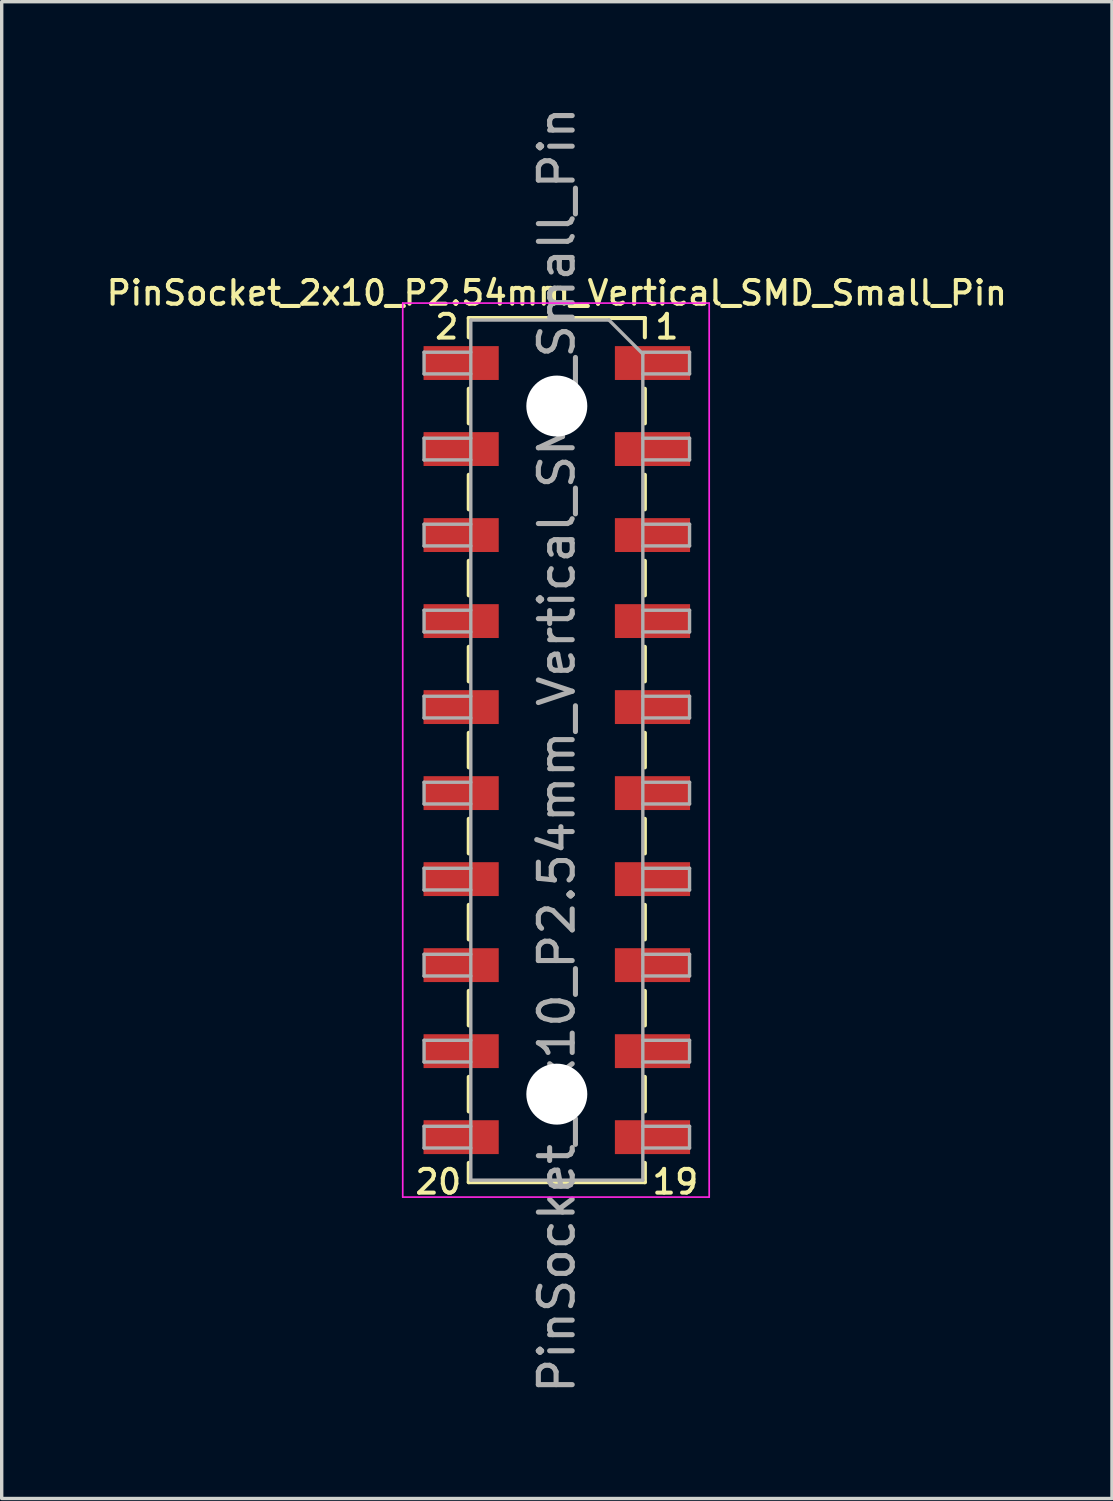
<source format=kicad_pcb>
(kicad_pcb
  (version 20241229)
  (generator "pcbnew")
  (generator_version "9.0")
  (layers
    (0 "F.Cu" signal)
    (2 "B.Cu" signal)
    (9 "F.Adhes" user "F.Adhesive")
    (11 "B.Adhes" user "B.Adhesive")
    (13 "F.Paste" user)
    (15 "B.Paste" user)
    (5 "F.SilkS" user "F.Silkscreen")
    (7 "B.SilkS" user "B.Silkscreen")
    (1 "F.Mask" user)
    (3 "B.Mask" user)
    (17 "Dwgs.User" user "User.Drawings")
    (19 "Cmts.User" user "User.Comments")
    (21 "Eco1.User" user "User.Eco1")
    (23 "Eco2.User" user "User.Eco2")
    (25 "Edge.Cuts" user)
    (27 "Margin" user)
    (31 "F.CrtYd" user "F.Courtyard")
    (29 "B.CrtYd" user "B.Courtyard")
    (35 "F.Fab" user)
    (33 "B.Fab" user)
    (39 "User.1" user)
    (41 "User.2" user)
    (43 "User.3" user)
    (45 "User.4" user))
  (footprint "PinSocket_2x10_P2.54mm_Vertical_SMD_Small_Pin"
    (layer "F.Cu")
    (at 13.393 19.101)
    (property "Reference" "PinSocket_2x10_P2.54mm_Vertical_SMD_Small_Pin" (at 0 -13.5 0) (layer "F.SilkS") (effects (font (size 0.7 0.7) (thickness 0.12))))
    (attr smd)
    (fp_line (start -2.6 -12.76) (end -2.6 -12.19) (stroke (width 0.12) (type solid)) (layer "F.SilkS"))
    (fp_line (start -2.6 -12.76) (end 2.6 -12.76) (stroke (width 0.12) (type solid)) (layer "F.SilkS"))
    (fp_line (start -2.6 -10.67) (end -2.6 -9.65) (stroke (width 0.12) (type solid)) (layer "F.SilkS"))
    (fp_line (start -2.6 -8.13) (end -2.6 -7.11) (stroke (width 0.12) (type solid)) (layer "F.SilkS"))
    (fp_line (start -2.6 -5.59) (end -2.6 -4.57) (stroke (width 0.12) (type solid)) (layer "F.SilkS"))
    (fp_line (start -2.6 -3.05) (end -2.6 -2.03) (stroke (width 0.12) (type solid)) (layer "F.SilkS"))
    (fp_line (start -2.6 -0.51) (end -2.6 0.51) (stroke (width 0.12) (type solid)) (layer "F.SilkS"))
    (fp_line (start -2.6 2.03) (end -2.6 3.05) (stroke (width 0.12) (type solid)) (layer "F.SilkS"))
    (fp_line (start -2.6 4.57) (end -2.6 5.59) (stroke (width 0.12) (type solid)) (layer "F.SilkS"))
    (fp_line (start -2.6 7.11) (end -2.6 8.13) (stroke (width 0.12) (type solid)) (layer "F.SilkS"))
    (fp_line (start -2.6 9.65) (end -2.6 10.67) (stroke (width 0.12) (type solid)) (layer "F.SilkS"))
    (fp_line (start -2.6 12.19) (end -2.6 12.76) (stroke (width 0.12) (type solid)) (layer "F.SilkS"))
    (fp_line (start -2.6 12.76) (end 2.6 12.76) (stroke (width 0.12) (type solid)) (layer "F.SilkS"))
    (fp_line (start 2.6 -12.76) (end 2.6 -12.19) (stroke (width 0.12) (type solid)) (layer "F.SilkS"))
    (fp_line (start 2.6 -10.67) (end 2.6 -9.65) (stroke (width 0.12) (type solid)) (layer "F.SilkS"))
    (fp_line (start 2.6 -8.13) (end 2.6 -7.11) (stroke (width 0.12) (type solid)) (layer "F.SilkS"))
    (fp_line (start 2.6 -5.59) (end 2.6 -4.57) (stroke (width 0.12) (type solid)) (layer "F.SilkS"))
    (fp_line (start 2.6 -3.05) (end 2.6 -2.03) (stroke (width 0.12) (type solid)) (layer "F.SilkS"))
    (fp_line (start 2.6 -0.51) (end 2.6 0.51) (stroke (width 0.12) (type solid)) (layer "F.SilkS"))
    (fp_line (start 2.6 2.03) (end 2.6 3.05) (stroke (width 0.12) (type solid)) (layer "F.SilkS"))
    (fp_line (start 2.6 4.57) (end 2.6 5.59) (stroke (width 0.12) (type solid)) (layer "F.SilkS"))
    (fp_line (start 2.6 7.11) (end 2.6 8.13) (stroke (width 0.12) (type solid)) (layer "F.SilkS"))
    (fp_line (start 2.6 9.65) (end 2.6 10.67) (stroke (width 0.12) (type solid)) (layer "F.SilkS"))
    (fp_line (start 2.6 12.19) (end 2.6 12.76) (stroke (width 0.12) (type solid)) (layer "F.SilkS"))
    (fp_line (start -4.55 -13.2) (end 4.5 -13.2) (stroke (width 0.05) (type solid)) (layer "F.CrtYd"))
    (fp_line (start -4.55 13.2) (end -4.55 -13.2) (stroke (width 0.05) (type solid)) (layer "F.CrtYd"))
    (fp_line (start 4.5 -13.2) (end 4.5 13.2) (stroke (width 0.05) (type solid)) (layer "F.CrtYd"))
    (fp_line (start 4.5 13.2) (end -4.55 13.2) (stroke (width 0.05) (type solid)) (layer "F.CrtYd"))
    (fp_line (start -3.92 -11.75) (end -2.54 -11.75) (stroke (width 0.1) (type solid)) (layer "F.Fab"))
    (fp_line (start -3.92 -11.11) (end -3.92 -11.75) (stroke (width 0.1) (type solid)) (layer "F.Fab"))
    (fp_line (start -3.92 -9.21) (end -2.54 -9.21) (stroke (width 0.1) (type solid)) (layer "F.Fab"))
    (fp_line (start -3.92 -8.57) (end -3.92 -9.21) (stroke (width 0.1) (type solid)) (layer "F.Fab"))
    (fp_line (start -3.92 -6.67) (end -2.54 -6.67) (stroke (width 0.1) (type solid)) (layer "F.Fab"))
    (fp_line (start -3.92 -6.03) (end -3.92 -6.67) (stroke (width 0.1) (type solid)) (layer "F.Fab"))
    (fp_line (start -3.92 -4.13) (end -2.54 -4.13) (stroke (width 0.1) (type solid)) (layer "F.Fab"))
    (fp_line (start -3.92 -3.49) (end -3.92 -4.13) (stroke (width 0.1) (type solid)) (layer "F.Fab"))
    (fp_line (start -3.92 -1.59) (end -2.54 -1.59) (stroke (width 0.1) (type solid)) (layer "F.Fab"))
    (fp_line (start -3.92 -0.95) (end -3.92 -1.59) (stroke (width 0.1) (type solid)) (layer "F.Fab"))
    (fp_line (start -3.92 0.95) (end -2.54 0.95) (stroke (width 0.1) (type solid)) (layer "F.Fab"))
    (fp_line (start -3.92 1.59) (end -3.92 0.95) (stroke (width 0.1) (type solid)) (layer "F.Fab"))
    (fp_line (start -3.92 3.49) (end -2.54 3.49) (stroke (width 0.1) (type solid)) (layer "F.Fab"))
    (fp_line (start -3.92 4.13) (end -3.92 3.49) (stroke (width 0.1) (type solid)) (layer "F.Fab"))
    (fp_line (start -3.92 6.03) (end -2.54 6.03) (stroke (width 0.1) (type solid)) (layer "F.Fab"))
    (fp_line (start -3.92 6.67) (end -3.92 6.03) (stroke (width 0.1) (type solid)) (layer "F.Fab"))
    (fp_line (start -3.92 8.57) (end -2.54 8.57) (stroke (width 0.1) (type solid)) (layer "F.Fab"))
    (fp_line (start -3.92 9.21) (end -3.92 8.57) (stroke (width 0.1) (type solid)) (layer "F.Fab"))
    (fp_line (start -3.92 11.11) (end -2.54 11.11) (stroke (width 0.1) (type solid)) (layer "F.Fab"))
    (fp_line (start -3.92 11.75) (end -3.92 11.11) (stroke (width 0.1) (type solid)) (layer "F.Fab"))
    (fp_line (start -2.54 -12.7) (end 1.54 -12.7) (stroke (width 0.1) (type solid)) (layer "F.Fab"))
    (fp_line (start -2.54 -11.11) (end -3.92 -11.11) (stroke (width 0.1) (type solid)) (layer "F.Fab"))
    (fp_line (start -2.54 -8.57) (end -3.92 -8.57) (stroke (width 0.1) (type solid)) (layer "F.Fab"))
    (fp_line (start -2.54 -6.03) (end -3.92 -6.03) (stroke (width 0.1) (type solid)) (layer "F.Fab"))
    (fp_line (start -2.54 -3.49) (end -3.92 -3.49) (stroke (width 0.1) (type solid)) (layer "F.Fab"))
    (fp_line (start -2.54 -0.95) (end -3.92 -0.95) (stroke (width 0.1) (type solid)) (layer "F.Fab"))
    (fp_line (start -2.54 1.59) (end -3.92 1.59) (stroke (width 0.1) (type solid)) (layer "F.Fab"))
    (fp_line (start -2.54 4.13) (end -3.92 4.13) (stroke (width 0.1) (type solid)) (layer "F.Fab"))
    (fp_line (start -2.54 6.67) (end -3.92 6.67) (stroke (width 0.1) (type solid)) (layer "F.Fab"))
    (fp_line (start -2.54 9.21) (end -3.92 9.21) (stroke (width 0.1) (type solid)) (layer "F.Fab"))
    (fp_line (start -2.54 11.75) (end -3.92 11.75) (stroke (width 0.1) (type solid)) (layer "F.Fab"))
    (fp_line (start -2.54 12.7) (end -2.54 -12.7) (stroke (width 0.1) (type solid)) (layer "F.Fab"))
    (fp_line (start 1.54 -12.7) (end 2.54 -11.7) (stroke (width 0.1) (type solid)) (layer "F.Fab"))
    (fp_line (start 2.54 -11.75) (end 3.92 -11.75) (stroke (width 0.1) (type solid)) (layer "F.Fab"))
    (fp_line (start 2.54 -11.7) (end 2.54 12.7) (stroke (width 0.1) (type solid)) (layer "F.Fab"))
    (fp_line (start 2.54 -9.21) (end 3.92 -9.21) (stroke (width 0.1) (type solid)) (layer "F.Fab"))
    (fp_line (start 2.54 -6.67) (end 3.92 -6.67) (stroke (width 0.1) (type solid)) (layer "F.Fab"))
    (fp_line (start 2.54 -4.13) (end 3.92 -4.13) (stroke (width 0.1) (type solid)) (layer "F.Fab"))
    (fp_line (start 2.54 -1.59) (end 3.92 -1.59) (stroke (width 0.1) (type solid)) (layer "F.Fab"))
    (fp_line (start 2.54 0.95) (end 3.92 0.95) (stroke (width 0.1) (type solid)) (layer "F.Fab"))
    (fp_line (start 2.54 3.49) (end 3.92 3.49) (stroke (width 0.1) (type solid)) (layer "F.Fab"))
    (fp_line (start 2.54 6.03) (end 3.92 6.03) (stroke (width 0.1) (type solid)) (layer "F.Fab"))
    (fp_line (start 2.54 8.57) (end 3.92 8.57) (stroke (width 0.1) (type solid)) (layer "F.Fab"))
    (fp_line (start 2.54 11.11) (end 3.92 11.11) (stroke (width 0.1) (type solid)) (layer "F.Fab"))
    (fp_line (start 2.54 12.7) (end -2.54 12.7) (stroke (width 0.1) (type solid)) (layer "F.Fab"))
    (fp_line (start 3.92 -11.75) (end 3.92 -11.11) (stroke (width 0.1) (type solid)) (layer "F.Fab"))
    (fp_line (start 3.92 -11.11) (end 2.54 -11.11) (stroke (width 0.1) (type solid)) (layer "F.Fab"))
    (fp_line (start 3.92 -9.21) (end 3.92 -8.57) (stroke (width 0.1) (type solid)) (layer "F.Fab"))
    (fp_line (start 3.92 -8.57) (end 2.54 -8.57) (stroke (width 0.1) (type solid)) (layer "F.Fab"))
    (fp_line (start 3.92 -6.67) (end 3.92 -6.03) (stroke (width 0.1) (type solid)) (layer "F.Fab"))
    (fp_line (start 3.92 -6.03) (end 2.54 -6.03) (stroke (width 0.1) (type solid)) (layer "F.Fab"))
    (fp_line (start 3.92 -4.13) (end 3.92 -3.49) (stroke (width 0.1) (type solid)) (layer "F.Fab"))
    (fp_line (start 3.92 -3.49) (end 2.54 -3.49) (stroke (width 0.1) (type solid)) (layer "F.Fab"))
    (fp_line (start 3.92 -1.59) (end 3.92 -0.95) (stroke (width 0.1) (type solid)) (layer "F.Fab"))
    (fp_line (start 3.92 -0.95) (end 2.54 -0.95) (stroke (width 0.1) (type solid)) (layer "F.Fab"))
    (fp_line (start 3.92 0.95) (end 3.92 1.59) (stroke (width 0.1) (type solid)) (layer "F.Fab"))
    (fp_line (start 3.92 1.59) (end 2.54 1.59) (stroke (width 0.1) (type solid)) (layer "F.Fab"))
    (fp_line (start 3.92 3.49) (end 3.92 4.13) (stroke (width 0.1) (type solid)) (layer "F.Fab"))
    (fp_line (start 3.92 4.13) (end 2.54 4.13) (stroke (width 0.1) (type solid)) (layer "F.Fab"))
    (fp_line (start 3.92 6.03) (end 3.92 6.67) (stroke (width 0.1) (type solid)) (layer "F.Fab"))
    (fp_line (start 3.92 6.67) (end 2.54 6.67) (stroke (width 0.1) (type solid)) (layer "F.Fab"))
    (fp_line (start 3.92 8.57) (end 3.92 9.21) (stroke (width 0.1) (type solid)) (layer "F.Fab"))
    (fp_line (start 3.92 9.21) (end 2.54 9.21) (stroke (width 0.1) (type solid)) (layer "F.Fab"))
    (fp_line (start 3.92 11.11) (end 3.92 11.75) (stroke (width 0.1) (type solid)) (layer "F.Fab"))
    (fp_line (start 3.92 11.75) (end 2.54 11.75) (stroke (width 0.1) (type solid)) (layer "F.Fab"))
    (fp_text user "1" (at 3.25 -12.5 0) (layer "F.SilkS") (effects (font (size 0.7 0.7) (thickness 0.12))))
    (fp_text user "20" (at -3.5 12.75 0) (layer "F.SilkS") (effects (font (size 0.7 0.7) (thickness 0.12))))
    (fp_text user "19" (at 3.5 12.75 0) (layer "F.SilkS") (effects (font (size 0.7 0.7) (thickness 0.12))))
    (fp_text user "2" (at -3.25 -12.5 0) (layer "F.SilkS") (effects (font (size 0.7 0.7) (thickness 0.12))))
    (fp_text user "${REFERENCE}" (at 0 0 90) (layer "F.Fab") (effects (font (size 1 1) (thickness 0.15))))
    (pad "" np_thru_hole circle (at 0 -10.16) (size 1.8 1.8) (drill 1.8) (layers "*.Cu" "*.Mask"))
    (pad "" np_thru_hole circle (at 0 10.16) (size 1.8 1.8) (drill 1.8) (layers "*.Cu" "*.Mask"))
    (pad "1" smd rect (at 2.825 -11.43) (size 2.22 1) (layers "F.Cu" "F.Mask" "F.Paste"))
    (pad "2" smd rect (at -2.825 -11.43) (size 2.22 1) (layers "F.Cu" "F.Mask" "F.Paste"))
    (pad "3" smd rect (at 2.825 -8.89) (size 2.22 1) (layers "F.Cu" "F.Mask" "F.Paste"))
    (pad "4" smd rect (at -2.825 -8.89) (size 2.22 1) (layers "F.Cu" "F.Mask" "F.Paste"))
    (pad "5" smd rect (at 2.825 -6.35) (size 2.22 1) (layers "F.Cu" "F.Mask" "F.Paste"))
    (pad "6" smd rect (at -2.825 -6.35) (size 2.22 1) (layers "F.Cu" "F.Mask" "F.Paste"))
    (pad "7" smd rect (at 2.825 -3.81) (size 2.22 1) (layers "F.Cu" "F.Mask" "F.Paste"))
    (pad "8" smd rect (at -2.825 -3.81) (size 2.22 1) (layers "F.Cu" "F.Mask" "F.Paste"))
    (pad "9" smd rect (at 2.825 -1.27) (size 2.22 1) (layers "F.Cu" "F.Mask" "F.Paste"))
    (pad "10" smd rect (at -2.825 -1.27) (size 2.22 1) (layers "F.Cu" "F.Mask" "F.Paste"))
    (pad "11" smd rect (at 2.825 1.27) (size 2.22 1) (layers "F.Cu" "F.Mask" "F.Paste"))
    (pad "12" smd rect (at -2.825 1.27) (size 2.22 1) (layers "F.Cu" "F.Mask" "F.Paste"))
    (pad "13" smd rect (at 2.825 3.81) (size 2.22 1) (layers "F.Cu" "F.Mask" "F.Paste"))
    (pad "14" smd rect (at -2.825 3.81) (size 2.22 1) (layers "F.Cu" "F.Mask" "F.Paste"))
    (pad "15" smd rect (at 2.825 6.35) (size 2.22 1) (layers "F.Cu" "F.Mask" "F.Paste"))
    (pad "16" smd rect (at -2.825 6.35) (size 2.22 1) (layers "F.Cu" "F.Mask" "F.Paste"))
    (pad "17" smd rect (at 2.825 8.89) (size 2.22 1) (layers "F.Cu" "F.Mask" "F.Paste"))
    (pad "18" smd rect (at -2.825 8.89) (size 2.22 1) (layers "F.Cu" "F.Mask" "F.Paste"))
    (pad "19" smd rect (at 2.825 11.43) (size 2.22 1) (layers "F.Cu" "F.Mask" "F.Paste"))
    (pad "20" smd rect (at -2.825 11.43) (size 2.22 1) (layers "F.Cu" "F.Mask" "F.Paste")))
  (gr_rect
    (start -3 -3)
    (end 29.787 41.202)
    (stroke (width 0.1) (type default))
    (fill no)
    (layer "Edge.Cuts")))
</source>
